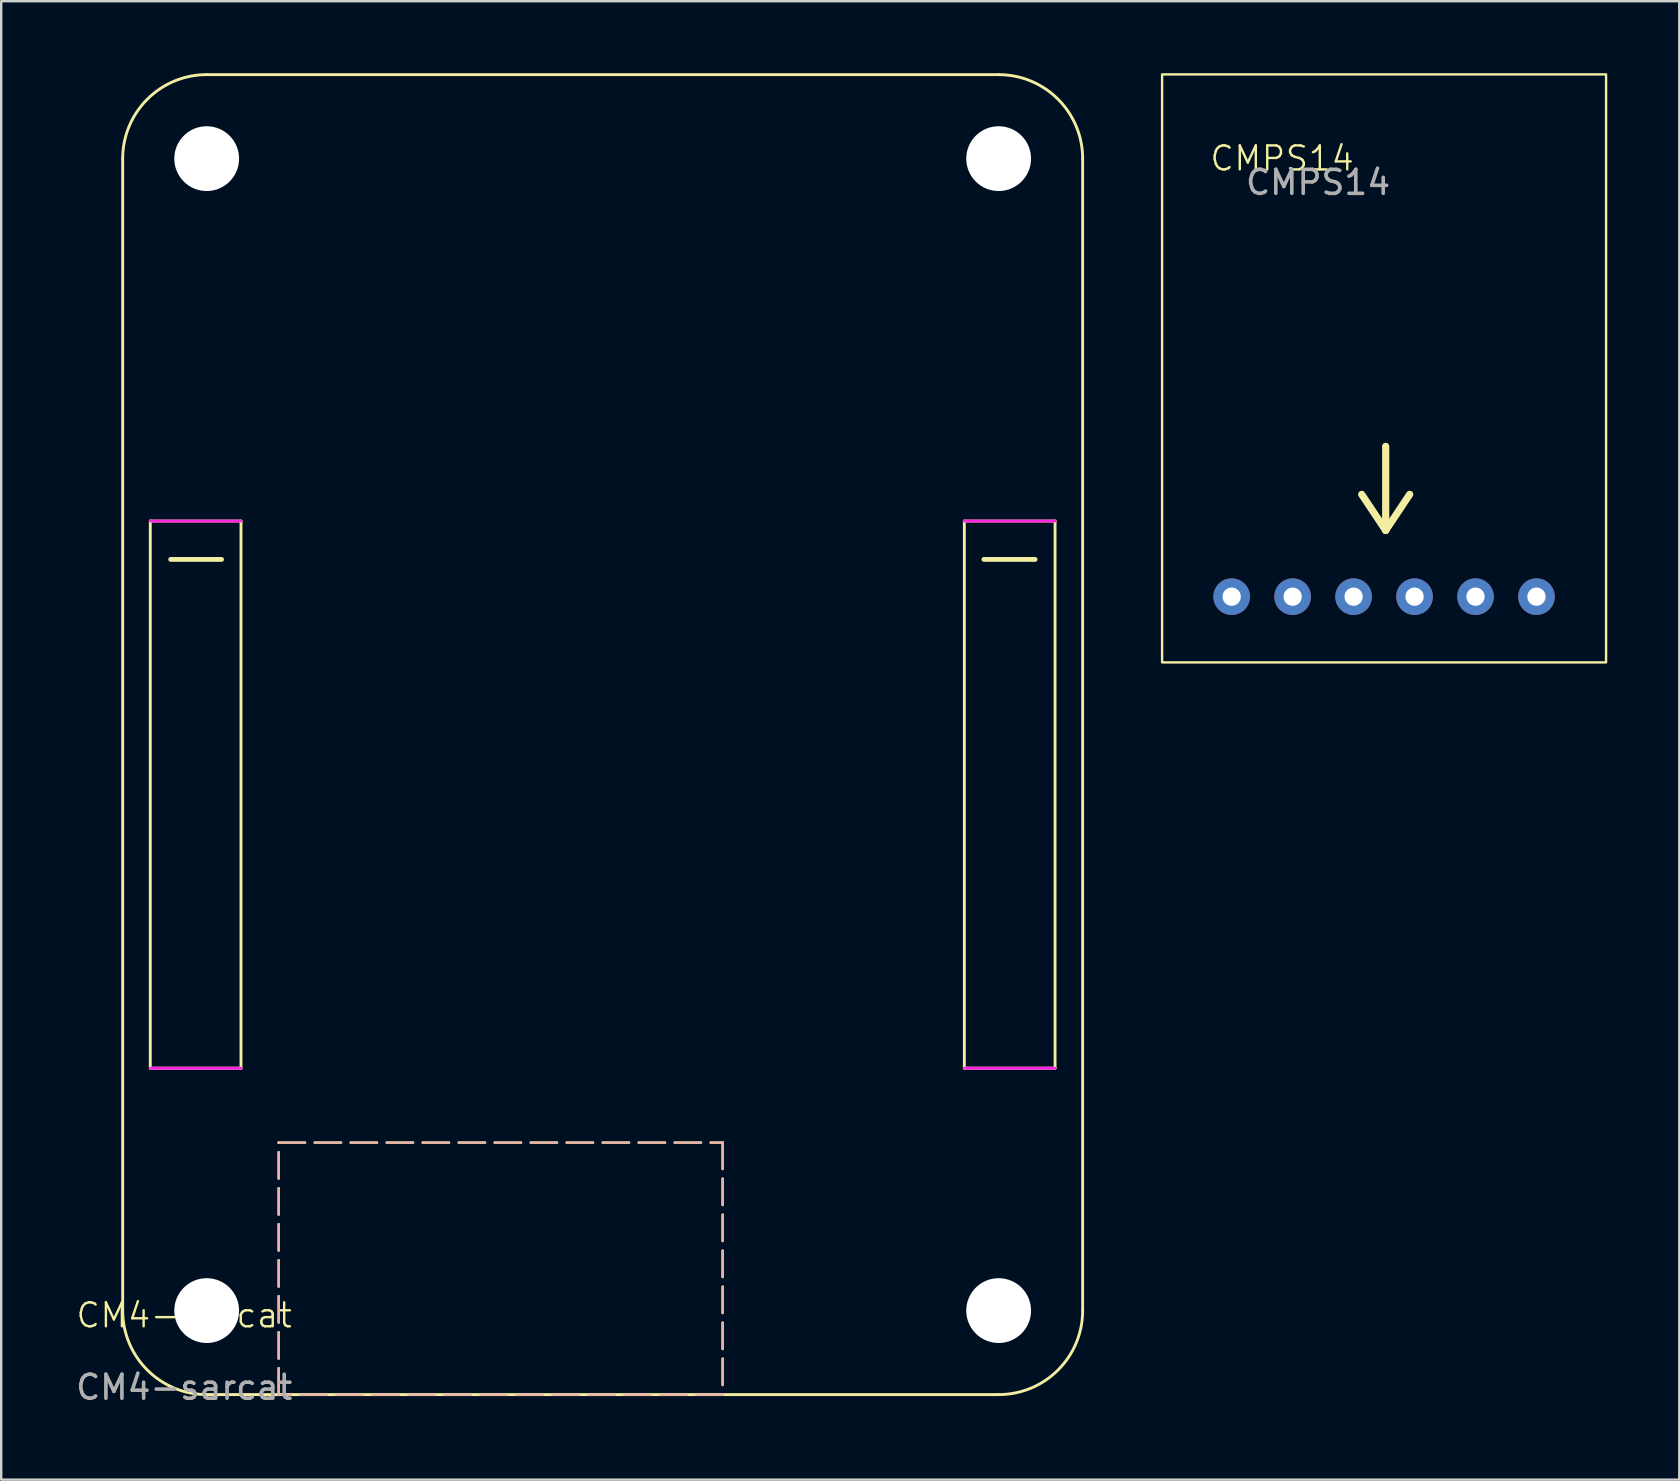
<source format=kicad_pcb>
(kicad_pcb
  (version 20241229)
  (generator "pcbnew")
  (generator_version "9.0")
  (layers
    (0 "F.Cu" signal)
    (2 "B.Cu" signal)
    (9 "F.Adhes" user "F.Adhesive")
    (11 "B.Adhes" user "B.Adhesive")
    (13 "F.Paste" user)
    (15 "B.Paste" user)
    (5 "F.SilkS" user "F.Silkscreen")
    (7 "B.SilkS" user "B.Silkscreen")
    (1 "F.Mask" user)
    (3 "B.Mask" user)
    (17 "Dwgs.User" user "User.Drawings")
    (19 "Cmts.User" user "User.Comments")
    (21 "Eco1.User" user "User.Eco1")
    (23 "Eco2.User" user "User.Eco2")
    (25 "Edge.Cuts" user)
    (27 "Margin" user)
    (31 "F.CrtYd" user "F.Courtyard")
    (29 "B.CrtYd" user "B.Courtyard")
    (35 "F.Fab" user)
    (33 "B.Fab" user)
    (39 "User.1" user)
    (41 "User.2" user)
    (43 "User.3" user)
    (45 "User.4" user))
  (footprint "CM4-sarcat"
    (layer "F.Cu")
    (at 5.562 51.56)
    (property "Reference" "CM4-sarcat" (at -0.937 0.196 0) (unlocked yes) (layer "F.SilkS") (effects (font (size 1 1) (thickness 0.1))))
    (attr smd)
    (fp_line (start -3.5 -48) (end -3.5 -0.000001) (stroke (width 0.12) (type solid)) (layer "F.SilkS"))
    (fp_line (start -2.35 -32.9) (end 1.43 -32.9) (stroke (width 0.12) (type solid)) (layer "F.SilkS"))
    (fp_line (start -2.35 -10.1) (end -2.35 -32.9) (stroke (width 0.12) (type solid)) (layer "F.SilkS"))
    (fp_line (start -2.35 -10.1) (end 1.43 -10.1) (stroke (width 0.12) (type solid)) (layer "F.SilkS"))
    (fp_line (start -1.5 -31.3) (end 0.62 -31.3) (stroke (width 0.2) (type default)) (layer "F.SilkS"))
    (fp_line (start 0.000001 3.5) (end 33 3.5) (stroke (width 0.12) (type solid)) (layer "F.SilkS"))
    (fp_line (start 1.43 -32.9) (end 1.43 -10.1) (stroke (width 0.12) (type solid)) (layer "F.SilkS"))
    (fp_line (start 31.57 -32.9) (end 35.35 -32.9) (stroke (width 0.12) (type solid)) (layer "F.SilkS"))
    (fp_line (start 31.57 -10.1) (end 31.57 -32.9) (stroke (width 0.12) (type solid)) (layer "F.SilkS"))
    (fp_line (start 31.57 -10.1) (end 35.35 -10.1) (stroke (width 0.12) (type solid)) (layer "F.SilkS"))
    (fp_line (start 32.385 -31.3) (end 34.519 -31.3) (stroke (width 0.2) (type default)) (layer "F.SilkS"))
    (fp_line (start 33 -51.5) (end 0.000001 -51.5) (stroke (width 0.12) (type solid)) (layer "F.SilkS"))
    (fp_line (start 35.35 -32.9) (end 35.35 -10.1) (stroke (width 0.12) (type solid)) (layer "F.SilkS"))
    (fp_line (start 36.5 -0.000001) (end 36.5 -48) (stroke (width 0.12) (type solid)) (layer "F.SilkS"))
    (fp_rect (start 3 -7) (end 21.5 3.5) (stroke (width 0.1) (type dash)) (fill no) (layer "F.SilkS"))
    (fp_arc (start -3.499999 -48.000001) (mid -2.474873 -50.474875) (end 0.000001 -51.500001) (stroke (width 0.12) (type solid)) (layer "F.SilkS"))
    (fp_arc (start 0.000001 3.499999) (mid -2.474873 2.474873) (end -3.499999 -0.000001) (stroke (width 0.12) (type solid)) (layer "F.SilkS"))
    (fp_arc (start 33.000001 -51.500001) (mid 35.474875 -50.474875) (end 36.500001 -48.000001) (stroke (width 0.12) (type solid)) (layer "F.SilkS"))
    (fp_arc (start 36.500001 -0.000001) (mid 35.474875 2.474873) (end 33.000001 3.499999) (stroke (width 0.12) (type solid)) (layer "F.SilkS"))
    (fp_rect (start 3 -7) (end 21.5 3.5) (stroke (width 0.1) (type dash)) (fill no) (layer "B.SilkS"))
    (fp_line (start -2.35 -32.9) (end 1.43 -32.9) (stroke (width 0.12) (type solid)) (layer "F.CrtYd"))
    (fp_line (start 1.43 -10.1) (end -2.35 -10.1) (stroke (width 0.12) (type solid)) (layer "F.CrtYd"))
    (fp_line (start 31.57 -32.9) (end 35.35 -32.9) (stroke (width 0.12) (type solid)) (layer "F.CrtYd"))
    (fp_line (start 35.35 -10.1) (end 31.57 -10.1) (stroke (width 0.12) (type solid)) (layer "F.CrtYd"))
    (fp_text user "${REFERENCE}" (at -0.937 3.196 0) (unlocked yes) (layer "F.Fab") (effects (font (size 1 1) (thickness 0.15))))
    (pad "" np_thru_hole circle (at 0.000001 -48) (size 2.7 2.7) (drill 2.7) (layers "*.Cu" "*.Mask"))
    (pad "" np_thru_hole circle (at 0.000001 -0.000001) (size 2.7 2.7) (drill 2.7) (layers "*.Cu" "*.Mask"))
    (pad "" np_thru_hole circle (at 33 -48) (size 2.7 2.7) (drill 2.7) (layers "*.Cu" "*.Mask"))
    (pad "" np_thru_hole circle (at 33 -0.000001) (size 2.7 2.7) (drill 2.7) (layers "*.Cu" "*.Mask"))
    (zone (net_name "") (layers "F.Cu" "B.Cu") (hatch edge 0.5) (connect_pads) (min_thickness 0.25) (filled_areas_thickness no) (keepout (tracks not_allowed) (vias not_allowed) (pads not_allowed) (copperpour not_allowed) (footprints not_allowed)) (placement (enabled no)) (fill) (polygon (pts (xy 27.062 55.06) (xy 27.062 44.56) (xy 8.562 44.56) (xy 8.562 55.06)))))
  (footprint "CMPS14"
    (layer "F.Cu")
    (at 45.372 24.55)
    (property "Reference" "CMPS14" (at 5 -21 0) (unlocked yes) (layer "F.SilkS") (effects (font (size 1 1) (thickness 0.1))))
    (attr through_hole)
    (fp_line (start 9.317 -5.5) (end 8.317 -7) (stroke (width 0.3) (type default)) (layer "F.SilkS"))
    (fp_line (start 9.317 -5.5) (end 9.317 -9) (stroke (width 0.3) (type default)) (layer "F.SilkS"))
    (fp_line (start 9.317 -5.5) (end 10.317 -7) (stroke (width 0.3) (type default)) (layer "F.SilkS"))
    (fp_rect (start 0 -24.5) (end 18.5 0) (stroke (width 0.1) (type default)) (fill no) (layer "F.SilkS"))
    (fp_text user "${REFERENCE}" (at 6.5 -20 0) (unlocked yes) (layer "F.Fab") (effects (font (size 1 1) (thickness 0.15))))
    (pad "1" thru_hole circle (at 2.9 -2.738) (size 1.524 1.524) (drill 0.762) (layers "*.Cu" "*.Mask"))
    (pad "2" thru_hole circle (at 5.44 -2.738) (size 1.524 1.524) (drill 0.762) (layers "*.Cu" "*.Mask"))
    (pad "3" thru_hole circle (at 7.98 -2.738) (size 1.524 1.524) (drill 0.762) (layers "*.Cu" "*.Mask"))
    (pad "4" thru_hole circle (at 10.52 -2.738) (size 1.524 1.524) (drill 0.762) (layers "*.Cu" "*.Mask"))
    (pad "5" thru_hole circle (at 13.06 -2.738) (size 1.524 1.524) (drill 0.762) (layers "*.Cu" "*.Mask"))
    (pad "6" thru_hole circle (at 15.6 -2.738) (size 1.524 1.524) (drill 0.762) (layers "*.Cu" "*.Mask")))
  (gr_rect
    (start -3 -3)
    (end 66.922 58.604)
    (stroke (width 0.1) (type default))
    (fill no)
    (layer "Edge.Cuts")))
</source>
